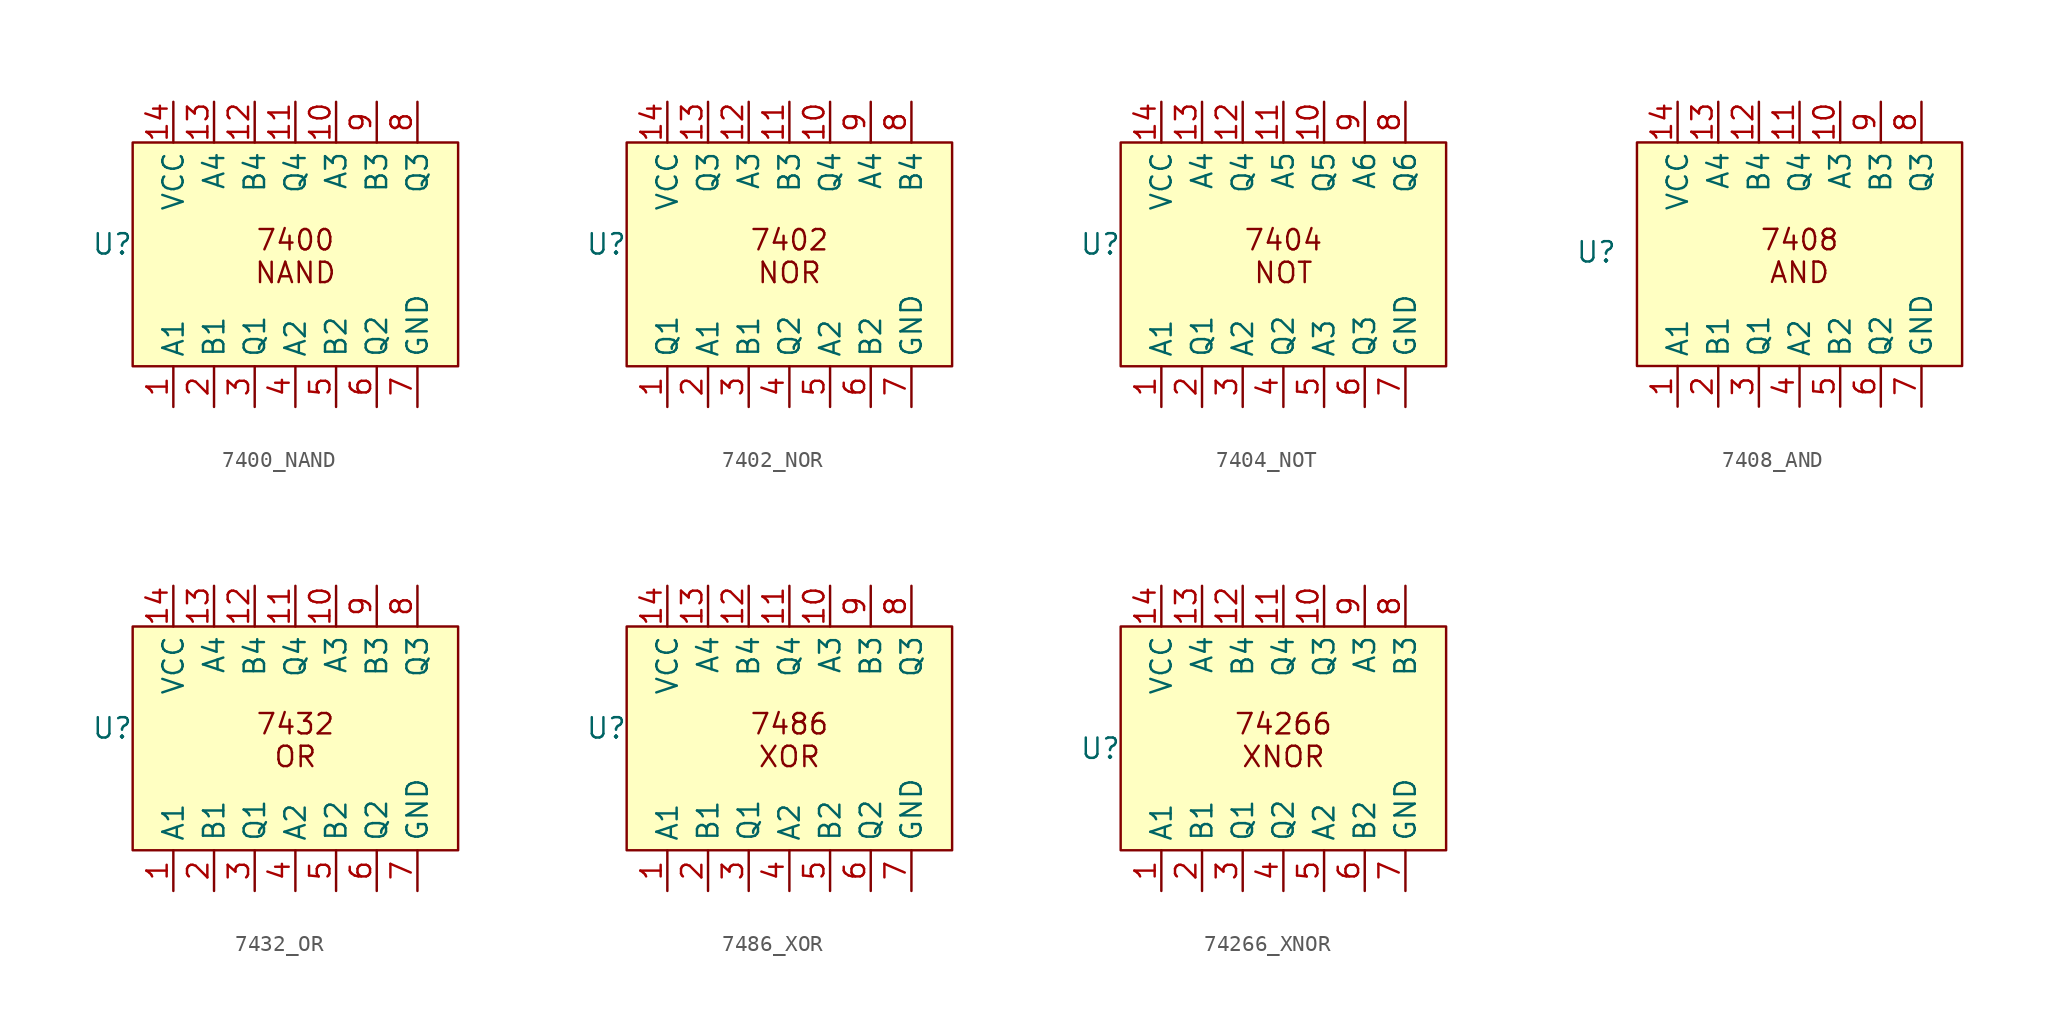
<source format=kicad_sym>
(kicad_symbol_lib
  (version 20241209)
  (generator "kicad_symbol_editor")
  (generator_version "9.0")
  (symbol "7400_NAND"
    (property "Reference" "U"
      (at 0 0 0)
      (effects (font (size 1.27 1.27))))
    (property "Value" ""
      (at 0 0 0)
      (effects (font (size 1.27 1.27))))
    (symbol "7400_NAND_1_1"
      (rectangle (start 1.27 6.35) (end 21.59 -7.62) (stroke (width 0) (type solid)) (fill (type background)))
      (text "7400\nNAND" (at 11.43 -0.762 0) (effects (font (size 1.27 1.27))))
      (pin power_in line (at 3.81 8.89 270) (length 2.54) (name "VCC" (effects (font (size 1.27 1.27)))) (number "14" (effects (font (size 1.27 1.27)))))
      (pin input line (at 3.81 -10.16 90) (length 2.54) (name "A1" (effects (font (size 1.27 1.27)))) (number "1" (effects (font (size 1.27 1.27)))))
      (pin input line (at 6.35 8.89 270) (length 2.54) (name "A4" (effects (font (size 1.27 1.27)))) (number "13" (effects (font (size 1.27 1.27)))))
      (pin input line (at 6.35 -10.16 90) (length 2.54) (name "B1" (effects (font (size 1.27 1.27)))) (number "2" (effects (font (size 1.27 1.27)))))
      (pin input line (at 8.89 8.89 270) (length 2.54) (name "B4" (effects (font (size 1.27 1.27)))) (number "12" (effects (font (size 1.27 1.27)))))
      (pin output line (at 8.89 -10.16 90) (length 2.54) (name "Q1" (effects (font (size 1.27 1.27)))) (number "3" (effects (font (size 1.27 1.27)))))
      (pin output line (at 11.43 8.89 270) (length 2.54) (name "Q4" (effects (font (size 1.27 1.27)))) (number "11" (effects (font (size 1.27 1.27)))))
      (pin input line (at 11.43 -10.16 90) (length 2.54) (name "A2" (effects (font (size 1.27 1.27)))) (number "4" (effects (font (size 1.27 1.27)))))
      (pin input line (at 13.97 8.89 270) (length 2.54) (name "A3" (effects (font (size 1.27 1.27)))) (number "10" (effects (font (size 1.27 1.27)))))
      (pin input line (at 13.97 -10.16 90) (length 2.54) (name "B2" (effects (font (size 1.27 1.27)))) (number "5" (effects (font (size 1.27 1.27)))))
      (pin input line (at 16.51 8.89 270) (length 2.54) (name "B3" (effects (font (size 1.27 1.27)))) (number "9" (effects (font (size 1.27 1.27)))))
      (pin output line (at 16.51 -10.16 90) (length 2.54) (name "Q2" (effects (font (size 1.27 1.27)))) (number "6" (effects (font (size 1.27 1.27)))))
      (pin output line (at 19.05 8.89 270) (length 2.54) (name "Q3" (effects (font (size 1.27 1.27)))) (number "8" (effects (font (size 1.27 1.27)))))
      (pin power_out line (at 19.05 -10.16 90) (length 2.54) (name "GND" (effects (font (size 1.27 1.27)))) (number "7" (effects (font (size 1.27 1.27)))))))
  (symbol "7402_NOR"
    (property "Reference" "U"
      (at 0 0 0)
      (effects (font (size 1.27 1.27))))
    (property "Value" ""
      (at 0 0 0)
      (effects (font (size 1.27 1.27))))
    (symbol "7402_NOR_1_1"
      (rectangle (start 1.27 6.35) (end 21.59 -7.62) (stroke (width 0) (type solid)) (fill (type background)))
      (text "7402\nNOR" (at 11.43 -0.762 0) (effects (font (size 1.27 1.27))))
      (pin power_in line (at 3.81 8.89 270) (length 2.54) (name "VCC" (effects (font (size 1.27 1.27)))) (number "14" (effects (font (size 1.27 1.27)))))
      (pin output line (at 3.81 -10.16 90) (length 2.54) (name "Q1" (effects (font (size 1.27 1.27)))) (number "1" (effects (font (size 1.27 1.27)))))
      (pin output line (at 6.35 8.89 270) (length 2.54) (name "Q3" (effects (font (size 1.27 1.27)))) (number "13" (effects (font (size 1.27 1.27)))))
      (pin input line (at 6.35 -10.16 90) (length 2.54) (name "A1" (effects (font (size 1.27 1.27)))) (number "2" (effects (font (size 1.27 1.27)))))
      (pin input line (at 8.89 8.89 270) (length 2.54) (name "A3" (effects (font (size 1.27 1.27)))) (number "12" (effects (font (size 1.27 1.27)))))
      (pin input line (at 8.89 -10.16 90) (length 2.54) (name "B1" (effects (font (size 1.27 1.27)))) (number "3" (effects (font (size 1.27 1.27)))))
      (pin input line (at 11.43 8.89 270) (length 2.54) (name "B3" (effects (font (size 1.27 1.27)))) (number "11" (effects (font (size 1.27 1.27)))))
      (pin output line (at 11.43 -10.16 90) (length 2.54) (name "Q2" (effects (font (size 1.27 1.27)))) (number "4" (effects (font (size 1.27 1.27)))))
      (pin output line (at 13.97 8.89 270) (length 2.54) (name "Q4" (effects (font (size 1.27 1.27)))) (number "10" (effects (font (size 1.27 1.27)))))
      (pin input line (at 13.97 -10.16 90) (length 2.54) (name "A2" (effects (font (size 1.27 1.27)))) (number "5" (effects (font (size 1.27 1.27)))))
      (pin input line (at 16.51 8.89 270) (length 2.54) (name "A4" (effects (font (size 1.27 1.27)))) (number "9" (effects (font (size 1.27 1.27)))))
      (pin input line (at 16.51 -10.16 90) (length 2.54) (name "B2" (effects (font (size 1.27 1.27)))) (number "6" (effects (font (size 1.27 1.27)))))
      (pin input line (at 19.05 8.89 270) (length 2.54) (name "B4" (effects (font (size 1.27 1.27)))) (number "8" (effects (font (size 1.27 1.27)))))
      (pin power_out line (at 19.05 -10.16 90) (length 2.54) (name "GND" (effects (font (size 1.27 1.27)))) (number "7" (effects (font (size 1.27 1.27)))))))
  (symbol "7404_NOT"
    (property "Reference" "U"
      (at 0 0 0)
      (effects (font (size 1.27 1.27))))
    (property "Value" ""
      (at 0 0 0)
      (effects (font (size 1.27 1.27))))
    (symbol "7404_NOT_1_1"
      (rectangle (start 1.27 6.35) (end 21.59 -7.62) (stroke (width 0) (type solid)) (fill (type background)))
      (text "7404\nNOT" (at 11.43 -0.762 0) (effects (font (size 1.27 1.27))))
      (pin power_in line (at 3.81 8.89 270) (length 2.54) (name "VCC" (effects (font (size 1.27 1.27)))) (number "14" (effects (font (size 1.27 1.27)))))
      (pin input line (at 3.81 -10.16 90) (length 2.54) (name "A1" (effects (font (size 1.27 1.27)))) (number "1" (effects (font (size 1.27 1.27)))))
      (pin input line (at 6.35 8.89 270) (length 2.54) (name "A4" (effects (font (size 1.27 1.27)))) (number "13" (effects (font (size 1.27 1.27)))))
      (pin output line (at 6.35 -10.16 90) (length 2.54) (name "Q1" (effects (font (size 1.27 1.27)))) (number "2" (effects (font (size 1.27 1.27)))))
      (pin output line (at 8.89 8.89 270) (length 2.54) (name "Q4" (effects (font (size 1.27 1.27)))) (number "12" (effects (font (size 1.27 1.27)))))
      (pin input line (at 8.89 -10.16 90) (length 2.54) (name "A2" (effects (font (size 1.27 1.27)))) (number "3" (effects (font (size 1.27 1.27)))))
      (pin input line (at 11.43 8.89 270) (length 2.54) (name "A5" (effects (font (size 1.27 1.27)))) (number "11" (effects (font (size 1.27 1.27)))))
      (pin output line (at 11.43 -10.16 90) (length 2.54) (name "Q2" (effects (font (size 1.27 1.27)))) (number "4" (effects (font (size 1.27 1.27)))))
      (pin output line (at 13.97 8.89 270) (length 2.54) (name "Q5" (effects (font (size 1.27 1.27)))) (number "10" (effects (font (size 1.27 1.27)))))
      (pin input line (at 13.97 -10.16 90) (length 2.54) (name "A3" (effects (font (size 1.27 1.27)))) (number "5" (effects (font (size 1.27 1.27)))))
      (pin input line (at 16.51 8.89 270) (length 2.54) (name "A6" (effects (font (size 1.27 1.27)))) (number "9" (effects (font (size 1.27 1.27)))))
      (pin output line (at 16.51 -10.16 90) (length 2.54) (name "Q3" (effects (font (size 1.27 1.27)))) (number "6" (effects (font (size 1.27 1.27)))))
      (pin output line (at 19.05 8.89 270) (length 2.54) (name "Q6" (effects (font (size 1.27 1.27)))) (number "8" (effects (font (size 1.27 1.27)))))
      (pin power_out line (at 19.05 -10.16 90) (length 2.54) (name "GND" (effects (font (size 1.27 1.27)))) (number "7" (effects (font (size 1.27 1.27)))))))
  (symbol "7408_AND"
    (property "Reference" "U"
      (at -3.81 -5.588 0)
      (effects (font (size 1.27 1.27))))
    (property "Value" ""
      (at 0 0 0)
      (effects (font (size 1.27 1.27))))
    (symbol "7408_AND_1_1"
      (rectangle (start -1.27 1.27) (end 19.05 -12.7) (stroke (width 0) (type solid)) (fill (type background)))
      (text "7408\nAND" (at 8.89 -5.842 0) (effects (font (size 1.27 1.27))))
      (pin power_in line (at 1.27 3.81 270) (length 2.54) (name "VCC" (effects (font (size 1.27 1.27)))) (number "14" (effects (font (size 1.27 1.27)))))
      (pin input line (at 1.27 -15.24 90) (length 2.54) (name "A1" (effects (font (size 1.27 1.27)))) (number "1" (effects (font (size 1.27 1.27)))))
      (pin input line (at 3.81 3.81 270) (length 2.54) (name "A4" (effects (font (size 1.27 1.27)))) (number "13" (effects (font (size 1.27 1.27)))))
      (pin input line (at 3.81 -15.24 90) (length 2.54) (name "B1" (effects (font (size 1.27 1.27)))) (number "2" (effects (font (size 1.27 1.27)))))
      (pin input line (at 6.35 3.81 270) (length 2.54) (name "B4" (effects (font (size 1.27 1.27)))) (number "12" (effects (font (size 1.27 1.27)))))
      (pin output line (at 6.35 -15.24 90) (length 2.54) (name "Q1" (effects (font (size 1.27 1.27)))) (number "3" (effects (font (size 1.27 1.27)))))
      (pin output line (at 8.89 3.81 270) (length 2.54) (name "Q4" (effects (font (size 1.27 1.27)))) (number "11" (effects (font (size 1.27 1.27)))))
      (pin input line (at 8.89 -15.24 90) (length 2.54) (name "A2" (effects (font (size 1.27 1.27)))) (number "4" (effects (font (size 1.27 1.27)))))
      (pin input line (at 11.43 3.81 270) (length 2.54) (name "A3" (effects (font (size 1.27 1.27)))) (number "10" (effects (font (size 1.27 1.27)))))
      (pin input line (at 11.43 -15.24 90) (length 2.54) (name "B2" (effects (font (size 1.27 1.27)))) (number "5" (effects (font (size 1.27 1.27)))))
      (pin input line (at 13.97 3.81 270) (length 2.54) (name "B3" (effects (font (size 1.27 1.27)))) (number "9" (effects (font (size 1.27 1.27)))))
      (pin output line (at 13.97 -15.24 90) (length 2.54) (name "Q2" (effects (font (size 1.27 1.27)))) (number "6" (effects (font (size 1.27 1.27)))))
      (pin output line (at 16.51 3.81 270) (length 2.54) (name "Q3" (effects (font (size 1.27 1.27)))) (number "8" (effects (font (size 1.27 1.27)))))
      (pin power_out line (at 16.51 -15.24 90) (length 2.54) (name "GND" (effects (font (size 1.27 1.27)))) (number "7" (effects (font (size 1.27 1.27)))))))
  (symbol "7432_OR"
    (property "Reference" "U"
      (at 0 0 0)
      (effects (font (size 1.27 1.27))))
    (property "Value" ""
      (at 0 0 0)
      (effects (font (size 1.27 1.27))))
    (symbol "7432_OR_1_1"
      (rectangle (start 1.27 6.35) (end 21.59 -7.62) (stroke (width 0) (type solid)) (fill (type background)))
      (text "7432\nOR" (at 11.43 -0.762 0) (effects (font (size 1.27 1.27))))
      (pin power_in line (at 3.81 8.89 270) (length 2.54) (name "VCC" (effects (font (size 1.27 1.27)))) (number "14" (effects (font (size 1.27 1.27)))))
      (pin input line (at 3.81 -10.16 90) (length 2.54) (name "A1" (effects (font (size 1.27 1.27)))) (number "1" (effects (font (size 1.27 1.27)))))
      (pin input line (at 6.35 8.89 270) (length 2.54) (name "A4" (effects (font (size 1.27 1.27)))) (number "13" (effects (font (size 1.27 1.27)))))
      (pin input line (at 6.35 -10.16 90) (length 2.54) (name "B1" (effects (font (size 1.27 1.27)))) (number "2" (effects (font (size 1.27 1.27)))))
      (pin input line (at 8.89 8.89 270) (length 2.54) (name "B4" (effects (font (size 1.27 1.27)))) (number "12" (effects (font (size 1.27 1.27)))))
      (pin output line (at 8.89 -10.16 90) (length 2.54) (name "Q1" (effects (font (size 1.27 1.27)))) (number "3" (effects (font (size 1.27 1.27)))))
      (pin output line (at 11.43 8.89 270) (length 2.54) (name "Q4" (effects (font (size 1.27 1.27)))) (number "11" (effects (font (size 1.27 1.27)))))
      (pin input line (at 11.43 -10.16 90) (length 2.54) (name "A2" (effects (font (size 1.27 1.27)))) (number "4" (effects (font (size 1.27 1.27)))))
      (pin input line (at 13.97 8.89 270) (length 2.54) (name "A3" (effects (font (size 1.27 1.27)))) (number "10" (effects (font (size 1.27 1.27)))))
      (pin input line (at 13.97 -10.16 90) (length 2.54) (name "B2" (effects (font (size 1.27 1.27)))) (number "5" (effects (font (size 1.27 1.27)))))
      (pin input line (at 16.51 8.89 270) (length 2.54) (name "B3" (effects (font (size 1.27 1.27)))) (number "9" (effects (font (size 1.27 1.27)))))
      (pin output line (at 16.51 -10.16 90) (length 2.54) (name "Q2" (effects (font (size 1.27 1.27)))) (number "6" (effects (font (size 1.27 1.27)))))
      (pin output line (at 19.05 8.89 270) (length 2.54) (name "Q3" (effects (font (size 1.27 1.27)))) (number "8" (effects (font (size 1.27 1.27)))))
      (pin power_out line (at 19.05 -10.16 90) (length 2.54) (name "GND" (effects (font (size 1.27 1.27)))) (number "7" (effects (font (size 1.27 1.27)))))))
  (symbol "7486_XOR"
    (property "Reference" "U"
      (at 0 0 0)
      (effects (font (size 1.27 1.27))))
    (property "Value" ""
      (at 0 0 0)
      (effects (font (size 1.27 1.27))))
    (symbol "7486_XOR_1_1"
      (rectangle (start 1.27 6.35) (end 21.59 -7.62) (stroke (width 0) (type solid)) (fill (type background)))
      (text "7486\nXOR" (at 11.43 -0.762 0) (effects (font (size 1.27 1.27))))
      (pin power_in line (at 3.81 8.89 270) (length 2.54) (name "VCC" (effects (font (size 1.27 1.27)))) (number "14" (effects (font (size 1.27 1.27)))))
      (pin input line (at 3.81 -10.16 90) (length 2.54) (name "A1" (effects (font (size 1.27 1.27)))) (number "1" (effects (font (size 1.27 1.27)))))
      (pin input line (at 6.35 8.89 270) (length 2.54) (name "A4" (effects (font (size 1.27 1.27)))) (number "13" (effects (font (size 1.27 1.27)))))
      (pin input line (at 6.35 -10.16 90) (length 2.54) (name "B1" (effects (font (size 1.27 1.27)))) (number "2" (effects (font (size 1.27 1.27)))))
      (pin input line (at 8.89 8.89 270) (length 2.54) (name "B4" (effects (font (size 1.27 1.27)))) (number "12" (effects (font (size 1.27 1.27)))))
      (pin output line (at 8.89 -10.16 90) (length 2.54) (name "Q1" (effects (font (size 1.27 1.27)))) (number "3" (effects (font (size 1.27 1.27)))))
      (pin output line (at 11.43 8.89 270) (length 2.54) (name "Q4" (effects (font (size 1.27 1.27)))) (number "11" (effects (font (size 1.27 1.27)))))
      (pin input line (at 11.43 -10.16 90) (length 2.54) (name "A2" (effects (font (size 1.27 1.27)))) (number "4" (effects (font (size 1.27 1.27)))))
      (pin input line (at 13.97 8.89 270) (length 2.54) (name "A3" (effects (font (size 1.27 1.27)))) (number "10" (effects (font (size 1.27 1.27)))))
      (pin input line (at 13.97 -10.16 90) (length 2.54) (name "B2" (effects (font (size 1.27 1.27)))) (number "5" (effects (font (size 1.27 1.27)))))
      (pin input line (at 16.51 8.89 270) (length 2.54) (name "B3" (effects (font (size 1.27 1.27)))) (number "9" (effects (font (size 1.27 1.27)))))
      (pin output line (at 16.51 -10.16 90) (length 2.54) (name "Q2" (effects (font (size 1.27 1.27)))) (number "6" (effects (font (size 1.27 1.27)))))
      (pin output line (at 19.05 8.89 270) (length 2.54) (name "Q3" (effects (font (size 1.27 1.27)))) (number "8" (effects (font (size 1.27 1.27)))))
      (pin power_out line (at 19.05 -10.16 90) (length 2.54) (name "GND" (effects (font (size 1.27 1.27)))) (number "7" (effects (font (size 1.27 1.27)))))))
  (symbol "74266_XNOR"
    (property "Reference" "U"
      (at 0 0 0)
      (effects (font (size 1.27 1.27))))
    (property "Value" ""
      (at 0 0 0)
      (effects (font (size 1.27 1.27))))
    (symbol "74266_XNOR_1_1"
      (rectangle (start 1.27 7.62) (end 21.59 -6.35) (stroke (width 0) (type solid)) (fill (type background)))
      (text "74266\nXNOR" (at 11.43 0.508 0) (effects (font (size 1.27 1.27))))
      (pin power_in line (at 3.81 10.16 270) (length 2.54) (name "VCC" (effects (font (size 1.27 1.27)))) (number "14" (effects (font (size 1.27 1.27)))))
      (pin input line (at 3.81 -8.89 90) (length 2.54) (name "A1" (effects (font (size 1.27 1.27)))) (number "1" (effects (font (size 1.27 1.27)))))
      (pin input line (at 6.35 10.16 270) (length 2.54) (name "A4" (effects (font (size 1.27 1.27)))) (number "13" (effects (font (size 1.27 1.27)))))
      (pin input line (at 6.35 -8.89 90) (length 2.54) (name "B1" (effects (font (size 1.27 1.27)))) (number "2" (effects (font (size 1.27 1.27)))))
      (pin input line (at 8.89 10.16 270) (length 2.54) (name "B4" (effects (font (size 1.27 1.27)))) (number "12" (effects (font (size 1.27 1.27)))))
      (pin output line (at 8.89 -8.89 90) (length 2.54) (name "Q1" (effects (font (size 1.27 1.27)))) (number "3" (effects (font (size 1.27 1.27)))))
      (pin output line (at 11.43 10.16 270) (length 2.54) (name "Q4" (effects (font (size 1.27 1.27)))) (number "11" (effects (font (size 1.27 1.27)))))
      (pin output line (at 11.43 -8.89 90) (length 2.54) (name "Q2" (effects (font (size 1.27 1.27)))) (number "4" (effects (font (size 1.27 1.27)))))
      (pin output line (at 13.97 10.16 270) (length 2.54) (name "Q3" (effects (font (size 1.27 1.27)))) (number "10" (effects (font (size 1.27 1.27)))))
      (pin input line (at 13.97 -8.89 90) (length 2.54) (name "A2" (effects (font (size 1.27 1.27)))) (number "5" (effects (font (size 1.27 1.27)))))
      (pin input line (at 16.51 10.16 270) (length 2.54) (name "A3" (effects (font (size 1.27 1.27)))) (number "9" (effects (font (size 1.27 1.27)))))
      (pin input line (at 16.51 -8.89 90) (length 2.54) (name "B2" (effects (font (size 1.27 1.27)))) (number "6" (effects (font (size 1.27 1.27)))))
      (pin input line (at 19.05 10.16 270) (length 2.54) (name "B3" (effects (font (size 1.27 1.27)))) (number "8" (effects (font (size 1.27 1.27)))))
      (pin power_out line (at 19.05 -8.89 90) (length 2.54) (name "GND" (effects (font (size 1.27 1.27)))) (number "7" (effects (font (size 1.27 1.27))))))))
</source>
